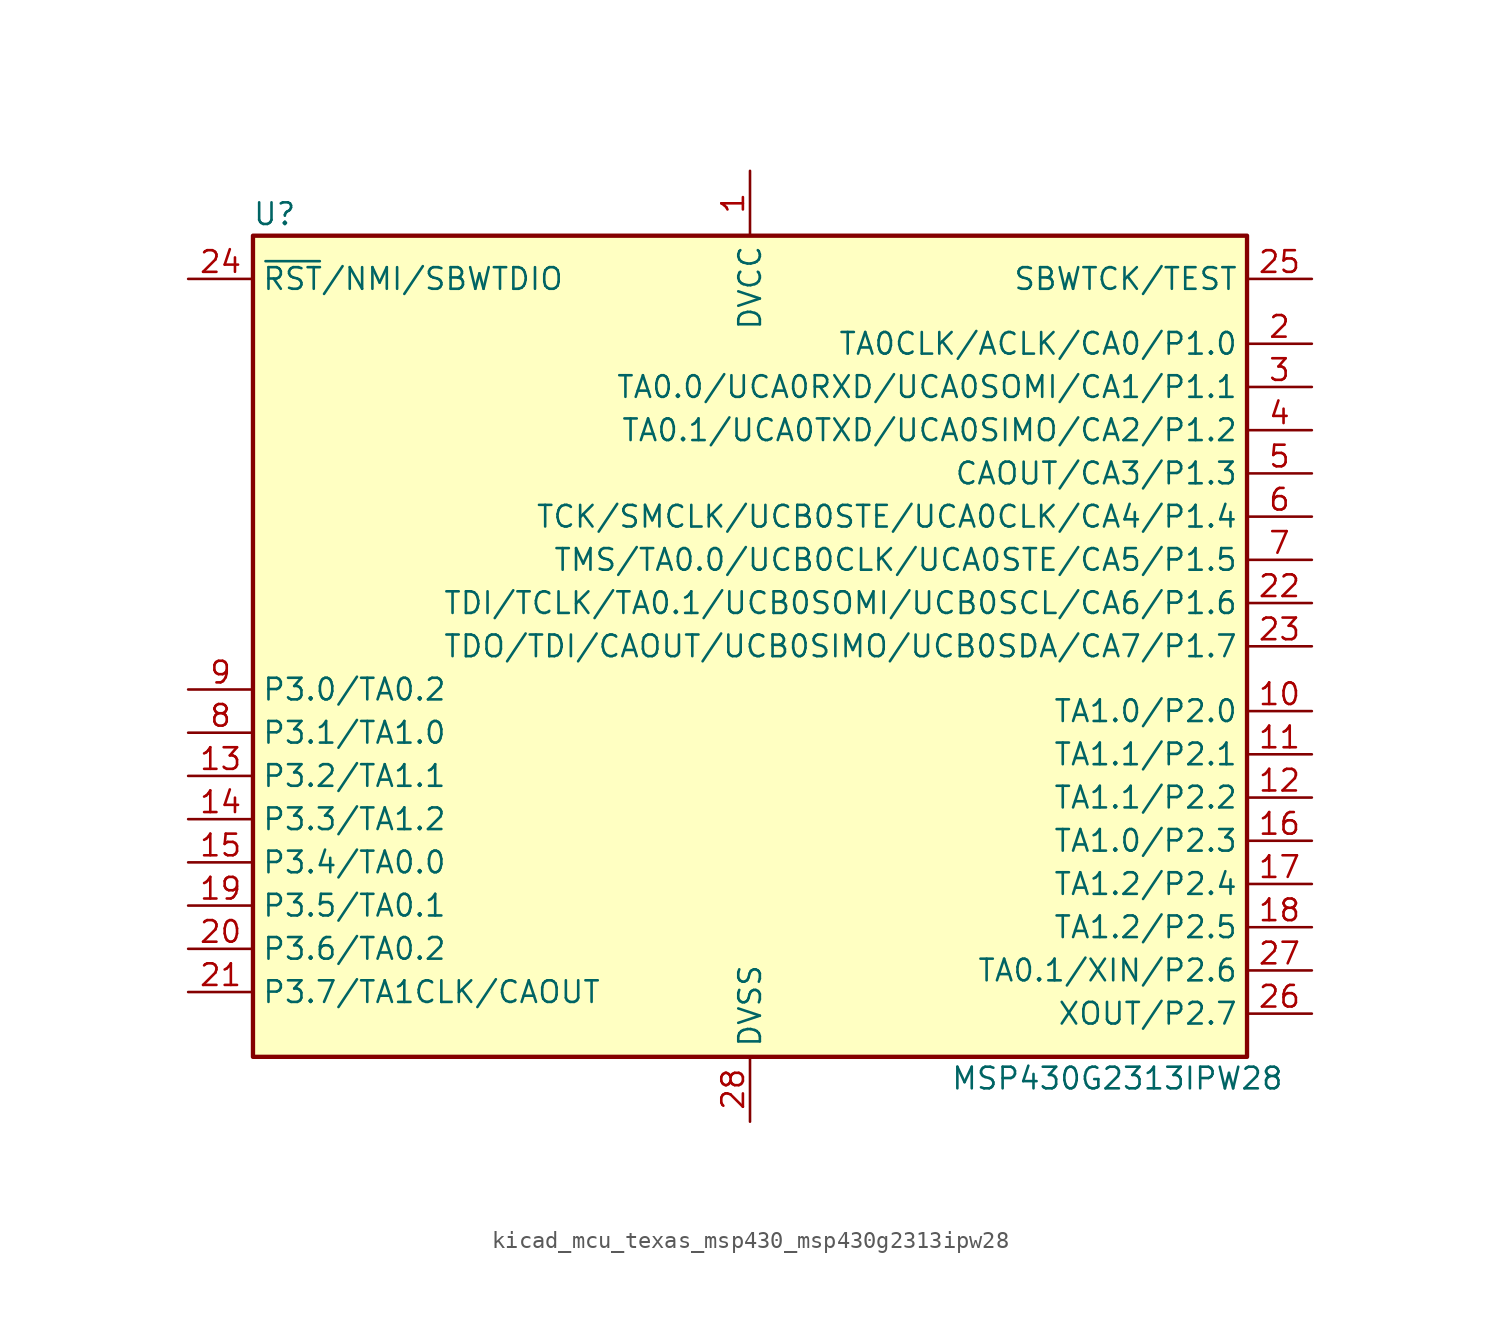
<source format=kicad_sym>
(kicad_symbol_lib
  (version 20220914)
  (generator kicad_symbol_editor)
  (symbol "kicad_mcu_texas_msp430_msp430g2313ipw28"
    (property "Reference" "U"
      (at -27.94 25.4 0)
      (effects (font (size 1.27 1.27))))
    (property "Value" "MSP430G2313IPW28"
      (at 21.59 -25.4 0)
      (effects (font (size 1.27 1.27))))
    (symbol "kicad_mcu_texas_msp430_msp430g2313ipw28_0_1"
      (rectangle (start -29.21 24.13) (end 29.21 -24.13) (stroke (width 0.254) (type default)) (fill (type background))))
    (symbol "kicad_mcu_texas_msp430_msp430g2313ipw28_1_1"
      (pin power_in line (at 0 27.94 270) (length 3.81) (name "DVCC" (effects (font (size 1.27 1.27)))) (number "1" (effects (font (size 1.27 1.27)))))
      (pin bidirectional line (at 33.02 -3.81 180) (length 3.81) (name "TA1.0/P2.0" (effects (font (size 1.27 1.27)))) (number "10" (effects (font (size 1.27 1.27)))))
      (pin bidirectional line (at 33.02 -6.35 180) (length 3.81) (name "TA1.1/P2.1" (effects (font (size 1.27 1.27)))) (number "11" (effects (font (size 1.27 1.27)))))
      (pin bidirectional line (at 33.02 -8.89 180) (length 3.81) (name "TA1.1/P2.2" (effects (font (size 1.27 1.27)))) (number "12" (effects (font (size 1.27 1.27)))))
      (pin bidirectional line (at -33.02 -7.62 0) (length 3.81) (name "P3.2/TA1.1" (effects (font (size 1.27 1.27)))) (number "13" (effects (font (size 1.27 1.27)))))
      (pin bidirectional line (at -33.02 -10.16 0) (length 3.81) (name "P3.3/TA1.2" (effects (font (size 1.27 1.27)))) (number "14" (effects (font (size 1.27 1.27)))))
      (pin bidirectional line (at -33.02 -12.7 0) (length 3.81) (name "P3.4/TA0.0" (effects (font (size 1.27 1.27)))) (number "15" (effects (font (size 1.27 1.27)))))
      (pin bidirectional line (at 33.02 -11.43 180) (length 3.81) (name "TA1.0/P2.3" (effects (font (size 1.27 1.27)))) (number "16" (effects (font (size 1.27 1.27)))))
      (pin bidirectional line (at 33.02 -13.97 180) (length 3.81) (name "TA1.2/P2.4" (effects (font (size 1.27 1.27)))) (number "17" (effects (font (size 1.27 1.27)))))
      (pin bidirectional line (at 33.02 -16.51 180) (length 3.81) (name "TA1.2/P2.5" (effects (font (size 1.27 1.27)))) (number "18" (effects (font (size 1.27 1.27)))))
      (pin bidirectional line (at -33.02 -15.24 0) (length 3.81) (name "P3.5/TA0.1" (effects (font (size 1.27 1.27)))) (number "19" (effects (font (size 1.27 1.27)))))
      (pin bidirectional line (at 33.02 17.78 180) (length 3.81) (name "TA0CLK/ACLK/CA0/P1.0" (effects (font (size 1.27 1.27)))) (number "2" (effects (font (size 1.27 1.27)))))
      (pin bidirectional line (at -33.02 -17.78 0) (length 3.81) (name "P3.6/TA0.2" (effects (font (size 1.27 1.27)))) (number "20" (effects (font (size 1.27 1.27)))))
      (pin bidirectional line (at -33.02 -20.32 0) (length 3.81) (name "P3.7/TA1CLK/CAOUT" (effects (font (size 1.27 1.27)))) (number "21" (effects (font (size 1.27 1.27)))))
      (pin bidirectional line (at 33.02 2.54 180) (length 3.81) (name "TDI/TCLK/TA0.1/UCB0SOMI/UCB0SCL/CA6/P1.6" (effects (font (size 1.27 1.27)))) (number "22" (effects (font (size 1.27 1.27)))))
      (pin bidirectional line (at 33.02 0 180) (length 3.81) (name "TDO/TDI/CAOUT/UCB0SIMO/UCB0SDA/CA7/P1.7" (effects (font (size 1.27 1.27)))) (number "23" (effects (font (size 1.27 1.27)))))
      (pin input line (at -33.02 21.59 0) (length 3.81) (name "~{RST}/NMI/SBWTDIO" (effects (font (size 1.27 1.27)))) (number "24" (effects (font (size 1.27 1.27)))))
      (pin input line (at 33.02 21.59 180) (length 3.81) (name "SBWTCK/TEST" (effects (font (size 1.27 1.27)))) (number "25" (effects (font (size 1.27 1.27)))))
      (pin bidirectional line (at 33.02 -21.59 180) (length 3.81) (name "XOUT/P2.7" (effects (font (size 1.27 1.27)))) (number "26" (effects (font (size 1.27 1.27)))))
      (pin bidirectional line (at 33.02 -19.05 180) (length 3.81) (name "TA0.1/XIN/P2.6" (effects (font (size 1.27 1.27)))) (number "27" (effects (font (size 1.27 1.27)))))
      (pin power_in line (at 0 -27.94 90) (length 3.81) (name "DVSS" (effects (font (size 1.27 1.27)))) (number "28" (effects (font (size 1.27 1.27)))))
      (pin bidirectional line (at 33.02 15.24 180) (length 3.81) (name "TA0.0/UCA0RXD/UCA0SOMI/CA1/P1.1" (effects (font (size 1.27 1.27)))) (number "3" (effects (font (size 1.27 1.27)))))
      (pin bidirectional line (at 33.02 12.7 180) (length 3.81) (name "TA0.1/UCA0TXD/UCA0SIMO/CA2/P1.2" (effects (font (size 1.27 1.27)))) (number "4" (effects (font (size 1.27 1.27)))))
      (pin bidirectional line (at 33.02 10.16 180) (length 3.81) (name "CAOUT/CA3/P1.3" (effects (font (size 1.27 1.27)))) (number "5" (effects (font (size 1.27 1.27)))))
      (pin bidirectional line (at 33.02 7.62 180) (length 3.81) (name "TCK/SMCLK/UCB0STE/UCA0CLK/CA4/P1.4" (effects (font (size 1.27 1.27)))) (number "6" (effects (font (size 1.27 1.27)))))
      (pin bidirectional line (at 33.02 5.08 180) (length 3.81) (name "TMS/TA0.0/UCB0CLK/UCA0STE/CA5/P1.5" (effects (font (size 1.27 1.27)))) (number "7" (effects (font (size 1.27 1.27)))))
      (pin bidirectional line (at -33.02 -5.08 0) (length 3.81) (name "P3.1/TA1.0" (effects (font (size 1.27 1.27)))) (number "8" (effects (font (size 1.27 1.27)))))
      (pin bidirectional line (at -33.02 -2.54 0) (length 3.81) (name "P3.0/TA0.2" (effects (font (size 1.27 1.27)))) (number "9" (effects (font (size 1.27 1.27))))))))
</source>
